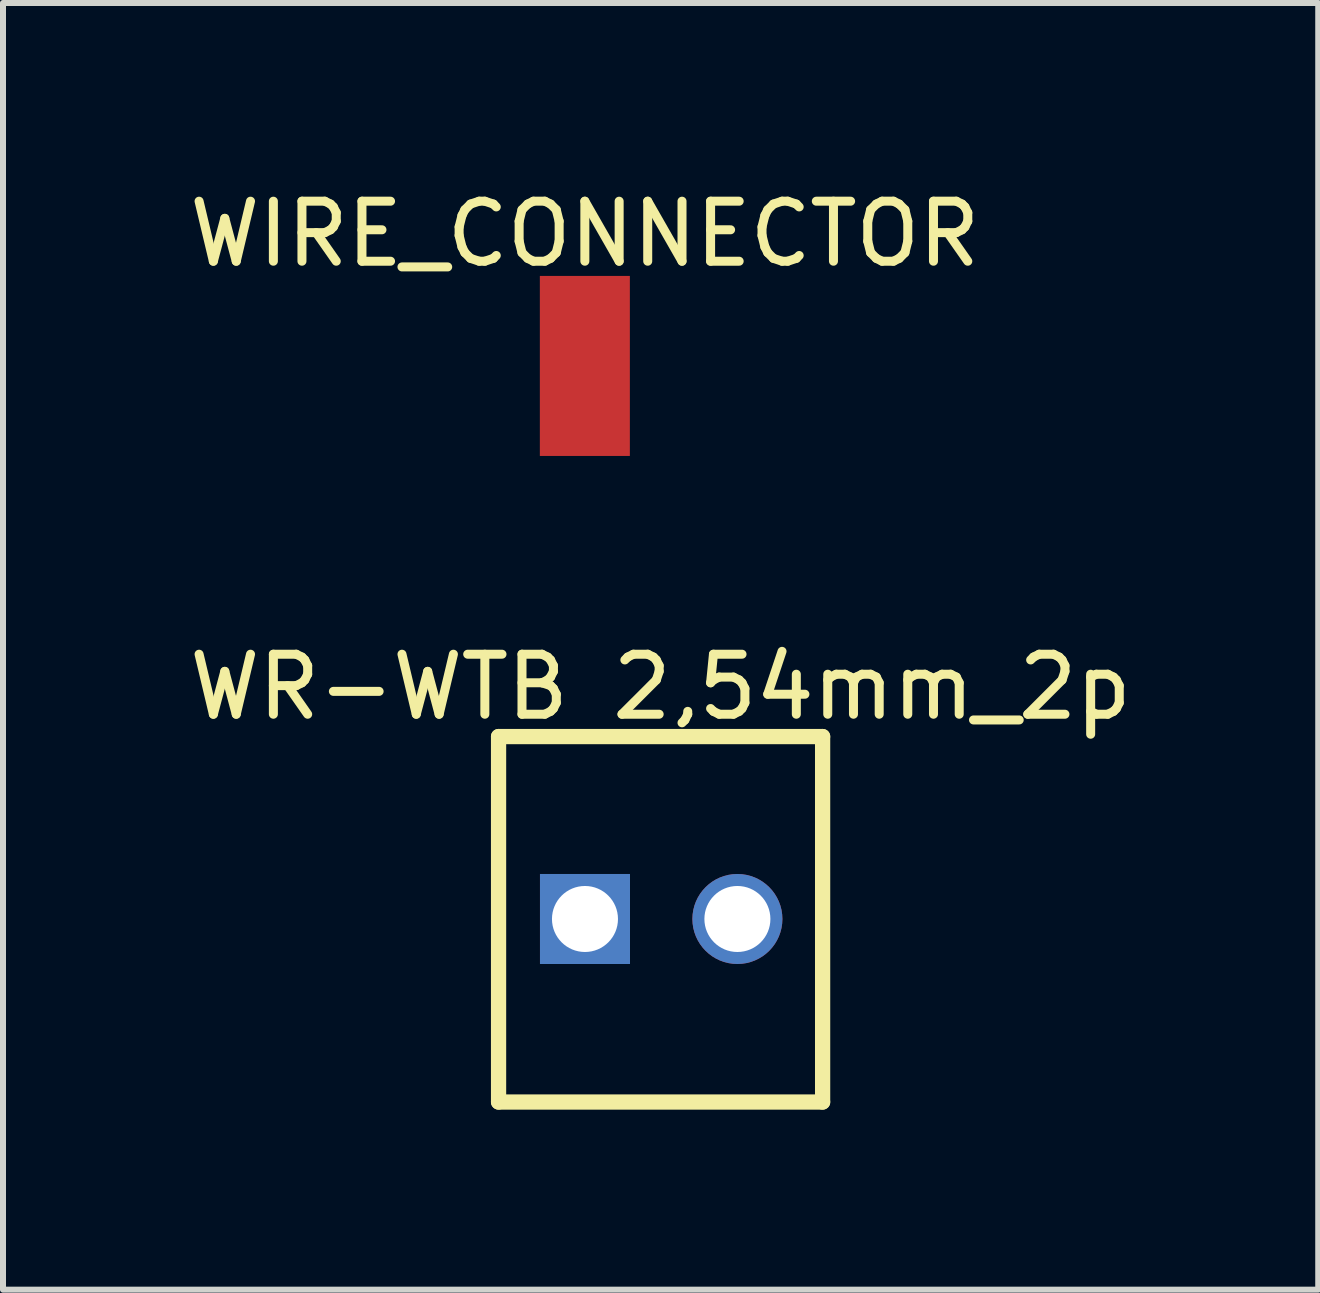
<source format=kicad_pcb>
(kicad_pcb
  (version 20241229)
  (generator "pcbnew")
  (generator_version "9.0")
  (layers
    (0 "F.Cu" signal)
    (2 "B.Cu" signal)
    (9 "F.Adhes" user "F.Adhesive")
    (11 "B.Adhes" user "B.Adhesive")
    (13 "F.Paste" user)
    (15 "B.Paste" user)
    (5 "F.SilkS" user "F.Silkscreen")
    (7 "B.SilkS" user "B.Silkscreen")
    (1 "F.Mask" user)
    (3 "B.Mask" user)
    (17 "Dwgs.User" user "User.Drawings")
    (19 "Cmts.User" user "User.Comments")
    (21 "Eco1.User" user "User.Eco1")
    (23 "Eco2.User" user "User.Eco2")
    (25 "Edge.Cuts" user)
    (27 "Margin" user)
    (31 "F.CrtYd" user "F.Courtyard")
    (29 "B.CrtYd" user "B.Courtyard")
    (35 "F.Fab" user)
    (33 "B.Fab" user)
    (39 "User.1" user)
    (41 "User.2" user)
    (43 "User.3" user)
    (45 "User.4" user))
  (footprint "WIRE_CONNECTOR"
    (layer "F.Cu")
    (at 6.696 3.048)
    (property "Reference" "WIRE_CONNECTOR" (at 0 -2.2 0) (layer "F.SilkS") (effects (font (size 1 1) (thickness 0.15))))
    (pad "1" smd rect (at 0 0) (size 1.5 3) (layers "F.Cu" "F.Mask" "F.Paste")))
  (footprint "WR-WTB 2,54mm_2p"
    (layer "F.Cu")
    (at 7.968 12.264)
    (property "Reference" "WR-WTB 2,54mm_2p" (at -0.01 -3.867 0) (layer "F.SilkS") (effects (font (size 1 1) (thickness 0.15))))
    (fp_line (start -2.71 -3.04) (end 2.69 -3.04) (stroke (width 0.254) (type solid)) (layer "F.SilkS"))
    (fp_line (start -2.71 3.05) (end -2.71 -3.04) (stroke (width 0.254) (type solid)) (layer "F.SilkS"))
    (fp_line (start -2.71 3.05) (end 2.69 3.05) (stroke (width 0.254) (type solid)) (layer "F.SilkS"))
    (fp_line (start 2.69 3.05) (end 2.69 -3.04) (stroke (width 0.254) (type solid)) (layer "F.SilkS"))
    (pad "1" thru_hole rect (at -1.27 0 270) (size 1.5 1.5) (drill 1.1) (layers "*.Cu" "*.Mask"))
    (pad "2" thru_hole circle (at 1.27 0 270) (size 1.5 1.5) (drill 1.1) (layers "*.Cu" "*.Mask")))
  (gr_rect
    (start -3 -3)
    (end 18.917 18.441)
    (stroke (width 0.1) (type default))
    (fill no)
    (layer "Edge.Cuts")))
</source>
